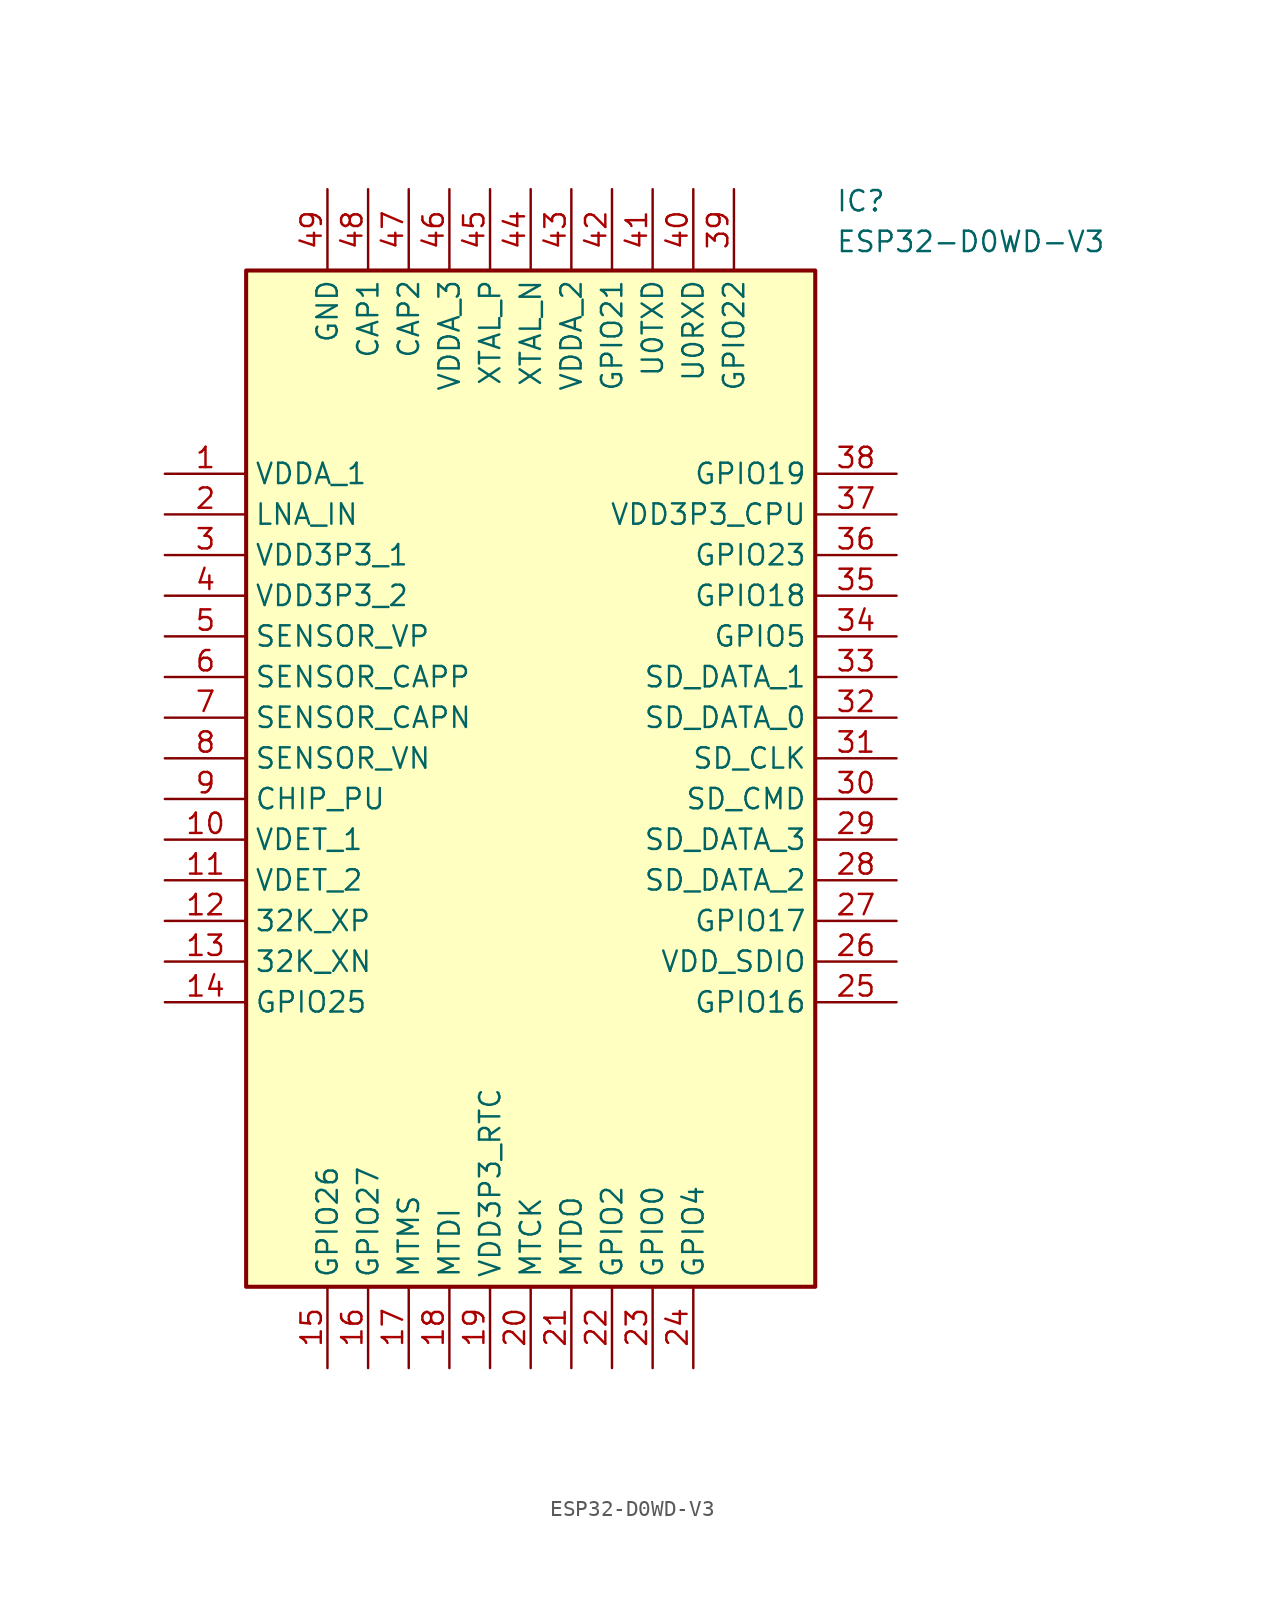
<source format=kicad_sym>
(kicad_symbol_lib
  (version 20211014)
  (generator SamacSys_ECAD_Model)
  (symbol "ESP32-D0WD-V3"
    (property "Reference" "IC"
      (at 41.91 17.78 0)
      (effects (font (size 1.27 1.27)) (justify left top)))
    (property "Value" "ESP32-D0WD-V3"
      (at 41.91 15.24 0)
      (effects (font (size 1.27 1.27)) (justify left top)))
    (rectangle
      (start 5.08 12.7)
      (end 40.64 -50.8)
      (stroke (width 0.254) (type default))
      (fill (type background)))
    (pin passive line
      (at 0 0 0)
      (length 5.08)
      (name "VDDA_1" (effects (font (size 1.27 1.27))))
      (number "1" (effects (font (size 1.27 1.27)))))
    (pin passive line
      (at 0 -2.54 0)
      (length 5.08)
      (name "LNA_IN" (effects (font (size 1.27 1.27))))
      (number "2" (effects (font (size 1.27 1.27)))))
    (pin passive line
      (at 0 -5.08 0)
      (length 5.08)
      (name "VDD3P3_1" (effects (font (size 1.27 1.27))))
      (number "3" (effects (font (size 1.27 1.27)))))
    (pin passive line
      (at 0 -7.62 0)
      (length 5.08)
      (name "VDD3P3_2" (effects (font (size 1.27 1.27))))
      (number "4" (effects (font (size 1.27 1.27)))))
    (pin passive line
      (at 0 -10.16 0)
      (length 5.08)
      (name "SENSOR_VP" (effects (font (size 1.27 1.27))))
      (number "5" (effects (font (size 1.27 1.27)))))
    (pin passive line
      (at 0 -12.7 0)
      (length 5.08)
      (name "SENSOR_CAPP" (effects (font (size 1.27 1.27))))
      (number "6" (effects (font (size 1.27 1.27)))))
    (pin passive line
      (at 0 -15.24 0)
      (length 5.08)
      (name "SENSOR_CAPN" (effects (font (size 1.27 1.27))))
      (number "7" (effects (font (size 1.27 1.27)))))
    (pin passive line
      (at 0 -17.78 0)
      (length 5.08)
      (name "SENSOR_VN" (effects (font (size 1.27 1.27))))
      (number "8" (effects (font (size 1.27 1.27)))))
    (pin passive line
      (at 0 -20.32 0)
      (length 5.08)
      (name "CHIP_PU" (effects (font (size 1.27 1.27))))
      (number "9" (effects (font (size 1.27 1.27)))))
    (pin passive line
      (at 0 -22.86 0)
      (length 5.08)
      (name "VDET_1" (effects (font (size 1.27 1.27))))
      (number "10" (effects (font (size 1.27 1.27)))))
    (pin passive line
      (at 0 -25.4 0)
      (length 5.08)
      (name "VDET_2" (effects (font (size 1.27 1.27))))
      (number "11" (effects (font (size 1.27 1.27)))))
    (pin passive line
      (at 0 -27.94 0)
      (length 5.08)
      (name "32K_XP" (effects (font (size 1.27 1.27))))
      (number "12" (effects (font (size 1.27 1.27)))))
    (pin passive line
      (at 0 -30.48 0)
      (length 5.08)
      (name "32K_XN" (effects (font (size 1.27 1.27))))
      (number "13" (effects (font (size 1.27 1.27)))))
    (pin passive line
      (at 0 -33.02 0)
      (length 5.08)
      (name "GPIO25" (effects (font (size 1.27 1.27))))
      (number "14" (effects (font (size 1.27 1.27)))))
    (pin passive line
      (at 10.16 -55.88 90)
      (length 5.08)
      (name "GPIO26" (effects (font (size 1.27 1.27))))
      (number "15" (effects (font (size 1.27 1.27)))))
    (pin passive line
      (at 12.7 -55.88 90)
      (length 5.08)
      (name "GPIO27" (effects (font (size 1.27 1.27))))
      (number "16" (effects (font (size 1.27 1.27)))))
    (pin passive line
      (at 15.24 -55.88 90)
      (length 5.08)
      (name "MTMS" (effects (font (size 1.27 1.27))))
      (number "17" (effects (font (size 1.27 1.27)))))
    (pin passive line
      (at 17.78 -55.88 90)
      (length 5.08)
      (name "MTDI" (effects (font (size 1.27 1.27))))
      (number "18" (effects (font (size 1.27 1.27)))))
    (pin passive line
      (at 20.32 -55.88 90)
      (length 5.08)
      (name "VDD3P3_RTC" (effects (font (size 1.27 1.27))))
      (number "19" (effects (font (size 1.27 1.27)))))
    (pin passive line
      (at 22.86 -55.88 90)
      (length 5.08)
      (name "MTCK" (effects (font (size 1.27 1.27))))
      (number "20" (effects (font (size 1.27 1.27)))))
    (pin passive line
      (at 25.4 -55.88 90)
      (length 5.08)
      (name "MTDO" (effects (font (size 1.27 1.27))))
      (number "21" (effects (font (size 1.27 1.27)))))
    (pin passive line
      (at 27.94 -55.88 90)
      (length 5.08)
      (name "GPIO2" (effects (font (size 1.27 1.27))))
      (number "22" (effects (font (size 1.27 1.27)))))
    (pin passive line
      (at 30.48 -55.88 90)
      (length 5.08)
      (name "GPIO0" (effects (font (size 1.27 1.27))))
      (number "23" (effects (font (size 1.27 1.27)))))
    (pin passive line
      (at 33.02 -55.88 90)
      (length 5.08)
      (name "GPIO4" (effects (font (size 1.27 1.27))))
      (number "24" (effects (font (size 1.27 1.27)))))
    (pin passive line
      (at 45.72 0 180)
      (length 5.08)
      (name "GPIO19" (effects (font (size 1.27 1.27))))
      (number "38" (effects (font (size 1.27 1.27)))))
    (pin passive line
      (at 45.72 -2.54 180)
      (length 5.08)
      (name "VDD3P3_CPU" (effects (font (size 1.27 1.27))))
      (number "37" (effects (font (size 1.27 1.27)))))
    (pin passive line
      (at 45.72 -5.08 180)
      (length 5.08)
      (name "GPIO23" (effects (font (size 1.27 1.27))))
      (number "36" (effects (font (size 1.27 1.27)))))
    (pin passive line
      (at 45.72 -7.62 180)
      (length 5.08)
      (name "GPIO18" (effects (font (size 1.27 1.27))))
      (number "35" (effects (font (size 1.27 1.27)))))
    (pin passive line
      (at 45.72 -10.16 180)
      (length 5.08)
      (name "GPIO5" (effects (font (size 1.27 1.27))))
      (number "34" (effects (font (size 1.27 1.27)))))
    (pin passive line
      (at 45.72 -12.7 180)
      (length 5.08)
      (name "SD_DATA_1" (effects (font (size 1.27 1.27))))
      (number "33" (effects (font (size 1.27 1.27)))))
    (pin passive line
      (at 45.72 -15.24 180)
      (length 5.08)
      (name "SD_DATA_0" (effects (font (size 1.27 1.27))))
      (number "32" (effects (font (size 1.27 1.27)))))
    (pin passive line
      (at 45.72 -17.78 180)
      (length 5.08)
      (name "SD_CLK" (effects (font (size 1.27 1.27))))
      (number "31" (effects (font (size 1.27 1.27)))))
    (pin passive line
      (at 45.72 -20.32 180)
      (length 5.08)
      (name "SD_CMD" (effects (font (size 1.27 1.27))))
      (number "30" (effects (font (size 1.27 1.27)))))
    (pin passive line
      (at 45.72 -22.86 180)
      (length 5.08)
      (name "SD_DATA_3" (effects (font (size 1.27 1.27))))
      (number "29" (effects (font (size 1.27 1.27)))))
    (pin passive line
      (at 45.72 -25.4 180)
      (length 5.08)
      (name "SD_DATA_2" (effects (font (size 1.27 1.27))))
      (number "28" (effects (font (size 1.27 1.27)))))
    (pin passive line
      (at 45.72 -27.94 180)
      (length 5.08)
      (name "GPIO17" (effects (font (size 1.27 1.27))))
      (number "27" (effects (font (size 1.27 1.27)))))
    (pin passive line
      (at 45.72 -30.48 180)
      (length 5.08)
      (name "VDD_SDIO" (effects (font (size 1.27 1.27))))
      (number "26" (effects (font (size 1.27 1.27)))))
    (pin passive line
      (at 45.72 -33.02 180)
      (length 5.08)
      (name "GPIO16" (effects (font (size 1.27 1.27))))
      (number "25" (effects (font (size 1.27 1.27)))))
    (pin passive line
      (at 10.16 17.78 270)
      (length 5.08)
      (name "GND" (effects (font (size 1.27 1.27))))
      (number "49" (effects (font (size 1.27 1.27)))))
    (pin passive line
      (at 12.7 17.78 270)
      (length 5.08)
      (name "CAP1" (effects (font (size 1.27 1.27))))
      (number "48" (effects (font (size 1.27 1.27)))))
    (pin passive line
      (at 15.24 17.78 270)
      (length 5.08)
      (name "CAP2" (effects (font (size 1.27 1.27))))
      (number "47" (effects (font (size 1.27 1.27)))))
    (pin passive line
      (at 17.78 17.78 270)
      (length 5.08)
      (name "VDDA_3" (effects (font (size 1.27 1.27))))
      (number "46" (effects (font (size 1.27 1.27)))))
    (pin passive line
      (at 20.32 17.78 270)
      (length 5.08)
      (name "XTAL_P" (effects (font (size 1.27 1.27))))
      (number "45" (effects (font (size 1.27 1.27)))))
    (pin passive line
      (at 22.86 17.78 270)
      (length 5.08)
      (name "XTAL_N" (effects (font (size 1.27 1.27))))
      (number "44" (effects (font (size 1.27 1.27)))))
    (pin passive line
      (at 25.4 17.78 270)
      (length 5.08)
      (name "VDDA_2" (effects (font (size 1.27 1.27))))
      (number "43" (effects (font (size 1.27 1.27)))))
    (pin passive line
      (at 27.94 17.78 270)
      (length 5.08)
      (name "GPIO21" (effects (font (size 1.27 1.27))))
      (number "42" (effects (font (size 1.27 1.27)))))
    (pin passive line
      (at 30.48 17.78 270)
      (length 5.08)
      (name "U0TXD" (effects (font (size 1.27 1.27))))
      (number "41" (effects (font (size 1.27 1.27)))))
    (pin passive line
      (at 33.02 17.78 270)
      (length 5.08)
      (name "U0RXD" (effects (font (size 1.27 1.27))))
      (number "40" (effects (font (size 1.27 1.27)))))
    (pin passive line
      (at 35.56 17.78 270)
      (length 5.08)
      (name "GPIO22" (effects (font (size 1.27 1.27))))
      (number "39" (effects (font (size 1.27 1.27)))))))
</source>
